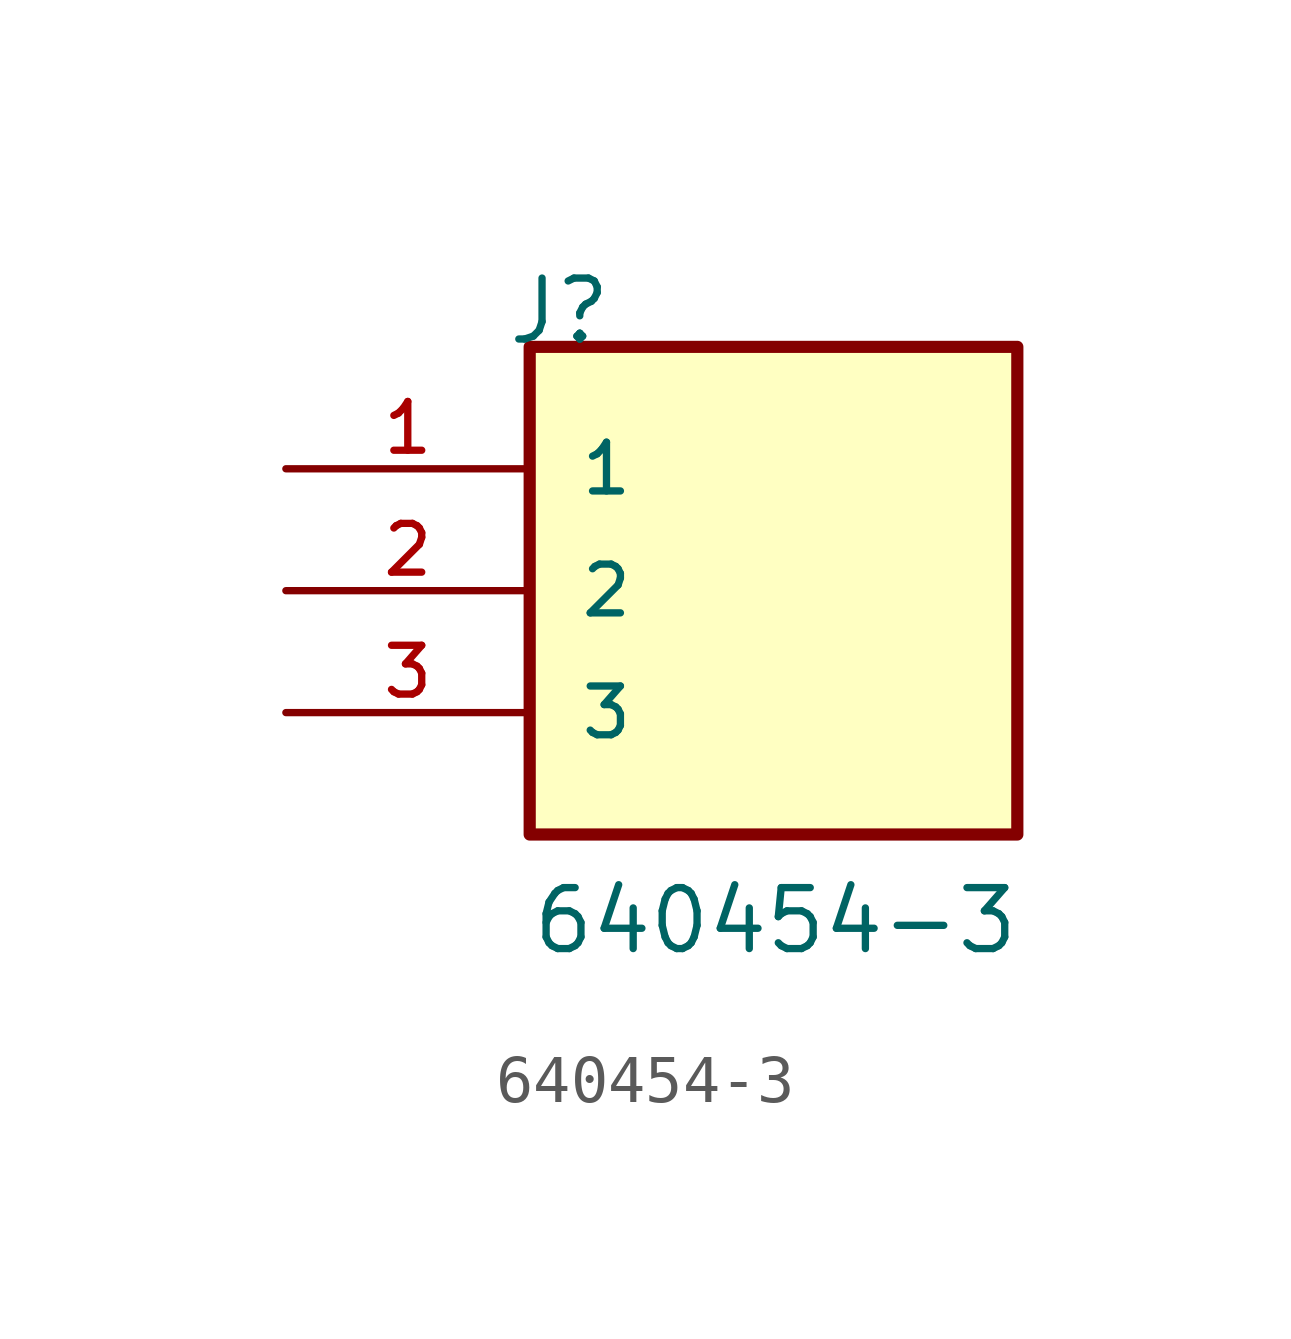
<source format=kicad_sym>
(kicad_symbol_lib
  (version 20211014)
  (generator kicad_symbol_editor)
  (symbol "640454-3"
    (pin_names
      (offset 1.016))
    (property "Reference" "J"
      (at -5.588 5.08 0)
      (effects (font (size 1.27 1.27)) (justify left bottom)))
    (property "Value" "640454-3"
      (at -5.08 -7.62 0)
      (effects (font (size 1.27 1.27)) (justify left bottom)))
    (property "ki_locked" ""
      (at 0 0 0)
      (effects (font (size 1.27 1.27))))
    (symbol "640454-3_0_0"
      (rectangle (start -5.08 -5.08) (end 5.08 5.08) (stroke (width 0.254) (type default) (color 0 0 0 0)) (fill (type background)))
      (pin passive line (at -10.16 2.54 0) (length 5.08) (name "1" (effects (font (size 1.016 1.016)))) (number "1" (effects (font (size 1.016 1.016)))))
      (pin passive line (at -10.16 0 0) (length 5.08) (name "2" (effects (font (size 1.016 1.016)))) (number "2" (effects (font (size 1.016 1.016)))))
      (pin passive line (at -10.16 -2.54 0) (length 5.08) (name "3" (effects (font (size 1.016 1.016)))) (number "3" (effects (font (size 1.016 1.016))))))))
</source>
